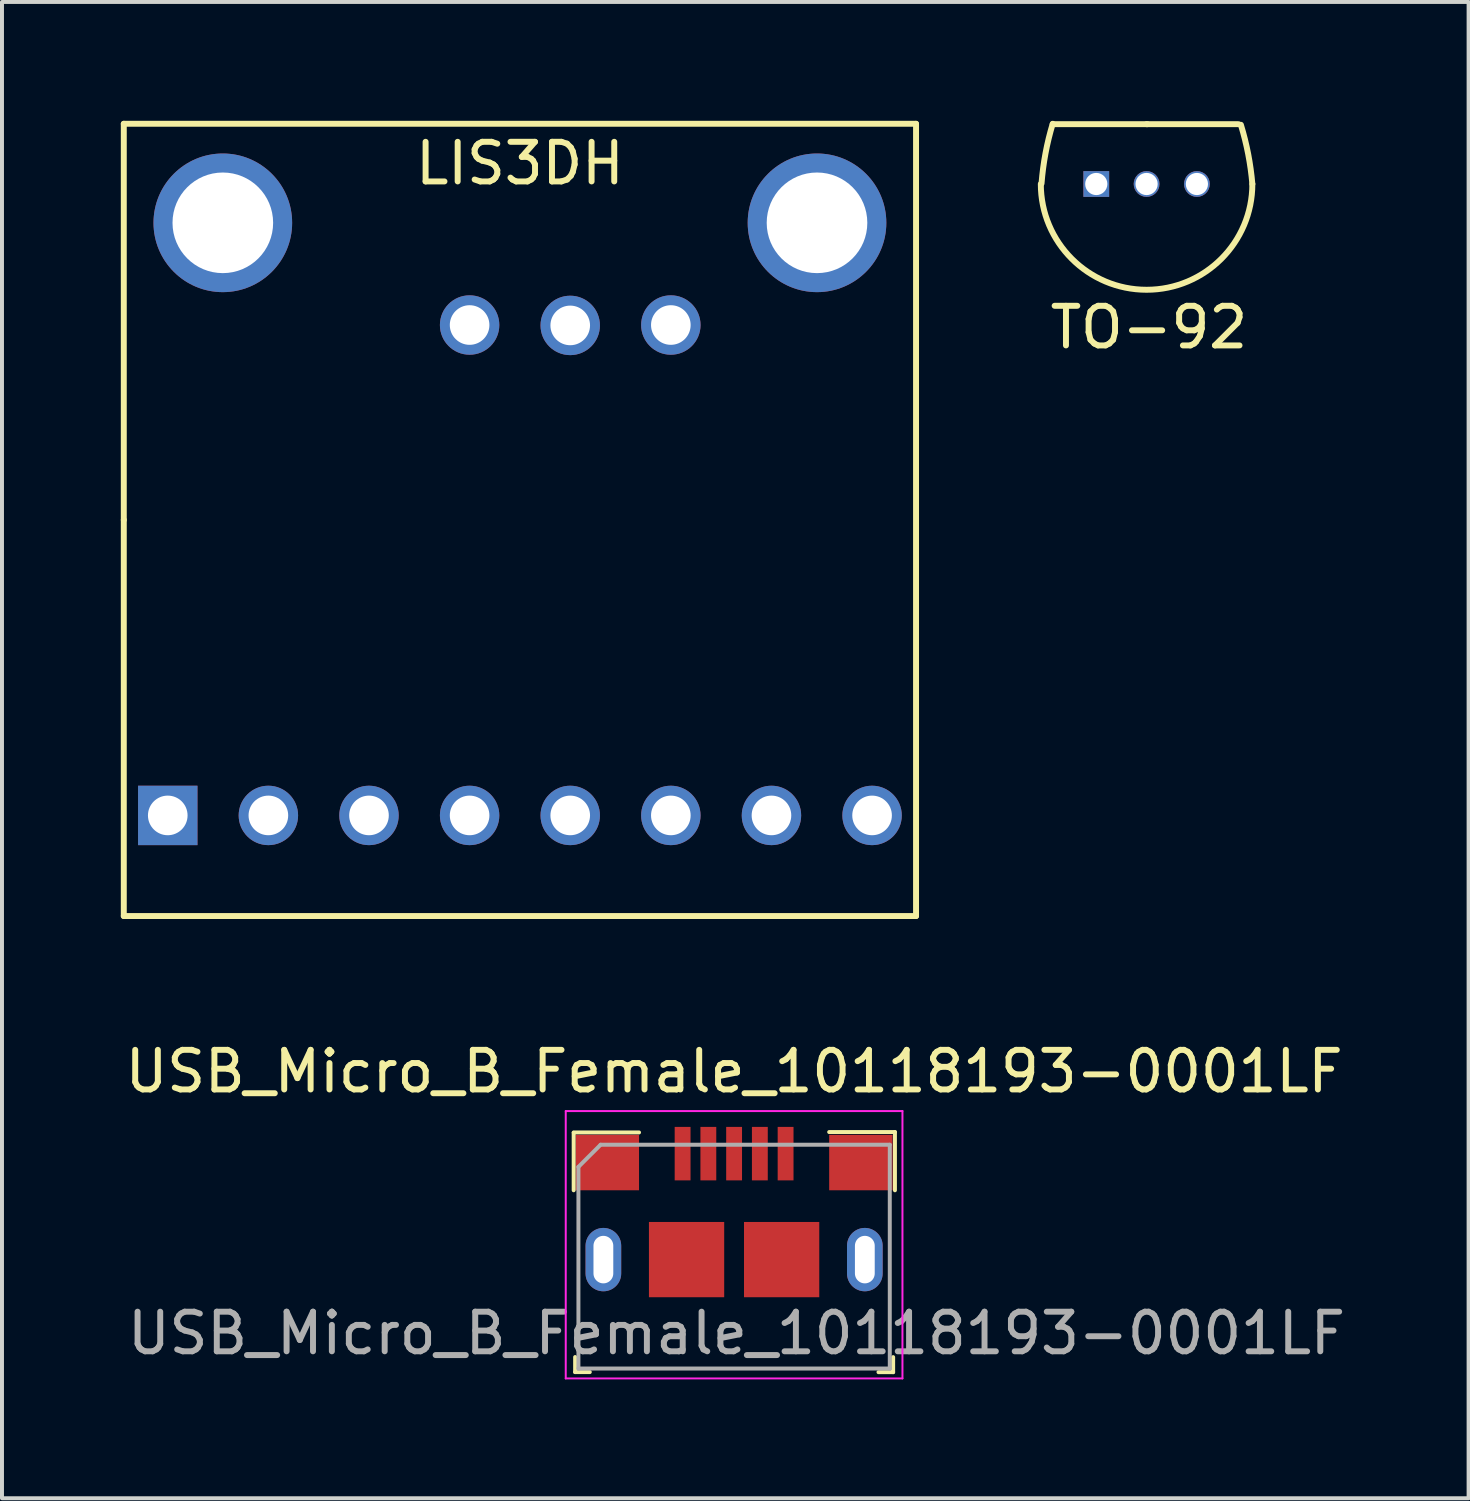
<source format=kicad_pcb>
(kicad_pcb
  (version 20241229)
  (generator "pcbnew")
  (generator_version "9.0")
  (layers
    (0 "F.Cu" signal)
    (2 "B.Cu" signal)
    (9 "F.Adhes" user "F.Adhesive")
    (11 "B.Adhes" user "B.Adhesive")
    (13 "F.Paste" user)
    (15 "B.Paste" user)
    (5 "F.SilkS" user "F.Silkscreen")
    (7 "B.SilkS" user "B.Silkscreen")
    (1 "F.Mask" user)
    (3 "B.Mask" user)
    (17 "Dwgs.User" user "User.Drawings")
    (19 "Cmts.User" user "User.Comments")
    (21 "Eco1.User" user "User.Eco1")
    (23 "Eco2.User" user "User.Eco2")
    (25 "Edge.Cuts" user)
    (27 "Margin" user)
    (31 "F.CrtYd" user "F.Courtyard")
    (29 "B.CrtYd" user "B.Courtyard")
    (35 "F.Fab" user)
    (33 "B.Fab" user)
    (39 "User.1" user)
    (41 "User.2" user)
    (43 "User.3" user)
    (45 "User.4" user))
  (footprint "LIS3DH"
    (layer "F.Cu")
    (at 10.075 10.075)
    (property "Reference" "LIS3DH" (at 0 -9 0) (layer "F.SilkS") (effects (font (size 1 1) (thickness 0.15))))
    (attr through_hole)
    (fp_line (start -10 -10) (end 10 -10) (stroke (width 0.15) (type solid)) (layer "F.SilkS"))
    (fp_line (start -10 0) (end -10 -10) (stroke (width 0.15) (type solid)) (layer "F.SilkS"))
    (fp_line (start -10 10) (end -10 0) (stroke (width 0.15) (type solid)) (layer "F.SilkS"))
    (fp_line (start 10 -10) (end 10 10) (stroke (width 0.15) (type solid)) (layer "F.SilkS"))
    (fp_line (start 10 10) (end -10 10) (stroke (width 0.15) (type solid)) (layer "F.SilkS"))
    (pad "" thru_hole circle (at -7.5 -7.5) (size 3.5 3.5) (drill 2.54) (layers "*.Cu" "*.Mask"))
    (pad "" thru_hole circle (at 7.5 -7.5) (size 3.5 3.5) (drill 2.54) (layers "*.Cu" "*.Mask"))
    (pad "1" thru_hole rect (at -8.89 7.46) (size 1.5 1.5) (drill 1) (layers "*.Cu" "*.Mask"))
    (pad "2" thru_hole circle (at -6.35 7.46) (size 1.5 1.5) (drill 1) (layers "*.Cu" "*.Mask"))
    (pad "3" thru_hole circle (at -3.81 7.46) (size 1.5 1.5) (drill 1) (layers "*.Cu" "*.Mask"))
    (pad "4" thru_hole circle (at -1.27 7.46) (size 1.5 1.5) (drill 1) (layers "*.Cu" "*.Mask"))
    (pad "5" thru_hole circle (at 1.27 7.46) (size 1.5 1.5) (drill 1) (layers "*.Cu" "*.Mask"))
    (pad "6" thru_hole circle (at 3.81 7.46) (size 1.5 1.5) (drill 1) (layers "*.Cu" "*.Mask"))
    (pad "7" thru_hole circle (at 6.35 7.46) (size 1.5 1.5) (drill 1) (layers "*.Cu" "*.Mask"))
    (pad "8" thru_hole circle (at 8.89 7.46) (size 1.5 1.5) (drill 1) (layers "*.Cu" "*.Mask"))
    (pad "9" thru_hole circle (at -1.27 -4.92) (size 1.5 1.5) (drill 1) (layers "*.Cu" "*.Mask"))
    (pad "10" thru_hole circle (at 1.27 -4.91) (size 1.5 1.5) (drill 1) (layers "*.Cu" "*.Mask"))
    (pad "11" thru_hole circle (at 3.81 -4.92) (size 1.5 1.5) (drill 1) (layers "*.Cu" "*.Mask")))
  (footprint "USB_Micro_B_Female_10118193-0001LF"
    (layer "F.Cu")
    (at 15.482 28.748)
    (property "Reference" "USB_Micro_B_Female_10118193-0001LF" (at 0 -4.75 0) (layer "F.SilkS") (effects (font (size 1 1) (thickness 0.15))))
    (attr through_hole)
    (fp_line (start -4.05 -3.21) (end -2.4 -3.21) (stroke (width 0.1) (type solid)) (layer "F.SilkS"))
    (fp_line (start -4.05 -3.2) (end -4.05 -1.75) (stroke (width 0.1) (type solid)) (layer "F.SilkS"))
    (fp_line (start -4.013 2.46) (end -4.013 2.84) (stroke (width 0.1) (type solid)) (layer "F.SilkS"))
    (fp_line (start -4.013 2.84) (end -3.643 2.84) (stroke (width 0.1) (type solid)) (layer "F.SilkS"))
    (fp_line (start 4.015 2.462) (end 4.015 2.842) (stroke (width 0.1) (type solid)) (layer "F.SilkS"))
    (fp_line (start 4.015 2.842) (end 3.645 2.842) (stroke (width 0.1) (type solid)) (layer "F.SilkS"))
    (fp_line (start 4.06 -3.22) (end 2.4 -3.22) (stroke (width 0.1) (type solid)) (layer "F.SilkS"))
    (fp_line (start 4.06 -3.22) (end 4.06 -1.75) (stroke (width 0.1) (type solid)) (layer "F.SilkS"))
    (fp_line (start -4.25 -3.75) (end -4.25 3) (stroke (width 0.05) (type solid)) (layer "F.CrtYd"))
    (fp_line (start -4.25 -3.75) (end 4.25 -3.75) (stroke (width 0.05) (type solid)) (layer "F.CrtYd"))
    (fp_line (start -4.25 3) (end 4.25 3) (stroke (width 0.05) (type solid)) (layer "F.CrtYd"))
    (fp_line (start 4.25 -3.75) (end 4.25 3) (stroke (width 0.05) (type solid)) (layer "F.CrtYd"))
    (fp_line (start -3.93 -2.34) (end -3.37 -2.9) (stroke (width 0.1) (type solid)) (layer "F.Fab"))
    (fp_line (start -3.93 2.75) (end -3.93 -2.34) (stroke (width 0.1) (type solid)) (layer "F.Fab"))
    (fp_line (start -3.93 2.75) (end 3.93 2.75) (stroke (width 0.1) (type solid)) (layer "F.Fab"))
    (fp_line (start 3.93 -2.9) (end -3.37 -2.9) (stroke (width 0.1) (type solid)) (layer "F.Fab"))
    (fp_line (start 3.93 2.75) (end 3.93 -2.9) (stroke (width 0.1) (type solid)) (layer "F.Fab"))
    (fp_text user "${REFERENCE}" (at 0.06 1.86 0) (layer "F.Fab") (effects (font (size 1 1) (thickness 0.15))))
    (pad "1" smd rect (at -1.3 -2.675) (size 0.4 1.35) (layers "F.Cu" "F.Mask" "F.Paste"))
    (pad "2" smd rect (at -0.65 -2.675) (size 0.4 1.35) (layers "F.Cu" "F.Mask" "F.Paste"))
    (pad "3" smd rect (at 0 -2.675) (size 0.4 1.35) (layers "F.Cu" "F.Mask" "F.Paste"))
    (pad "4" smd rect (at 0.65 -2.675) (size 0.4 1.35) (layers "F.Cu" "F.Mask" "F.Paste"))
    (pad "5" smd rect (at 1.3 -2.675) (size 0.4 1.35) (layers "F.Cu" "F.Mask" "F.Paste"))
    (pad "6" thru_hole oval (at -3.3 0) (size 0.9 1.6) (drill oval 0.5 1.2) (layers "*.Cu" "*.Mask"))
    (pad "6" smd rect (at -3.2 -2.45) (size 1.6 1.4) (layers "F.Cu" "F.Mask" "F.Paste"))
    (pad "6" smd rect (at -1.2 0) (size 1.9 1.9) (layers "F.Cu" "F.Mask" "F.Paste"))
    (pad "6" smd rect (at 1.2 0) (size 1.9 1.9) (layers "F.Cu" "F.Mask" "F.Paste"))
    (pad "6" smd rect (at 3.2 -2.45) (size 1.6 1.4) (layers "F.Cu" "F.Mask" "F.Paste"))
    (pad "6" thru_hole oval (at 3.3 0) (size 0.9 1.6) (drill oval 0.5 1.2) (layers "*.Cu" "*.Mask")))
  (footprint "TO-92"
    (layer "F.Cu")
    (at 25.895 1.595)
    (property "Reference" "TO-92" (at 0.06 3.62 0) (layer "F.SilkS") (effects (font (size 1 1) (thickness 0.15))))
    (attr through_hole)
    (fp_line (start 0 -1.51) (end 2.32 -1.51) (stroke (width 0.15) (type solid)) (layer "F.SilkS"))
    (fp_line (start 0.02 -1.51) (end -2.37 -1.51) (stroke (width 0.15) (type solid)) (layer "F.SilkS"))
    (fp_arc (start -2.651881 -0.013216) (mid -2.551767 -0.774245) (end -2.369999 -1.519999) (stroke (width 0.15) (type solid)) (layer "F.SilkS"))
    (fp_arc (start 2.380739 -1.494907) (mid 2.565076 -0.755136) (end 2.669999 0.000001) (stroke (width 0.15) (type solid)) (layer "F.SilkS"))
    (fp_arc (start 2.67 0) (mid 0 2.67) (end -2.67 0) (stroke (width 0.15) (type solid)) (layer "F.SilkS"))
    (pad "1" thru_hole rect (at -1.27 0) (size 0.65 0.65) (drill 0.56) (layers "*.Cu" "*.Mask"))
    (pad "2" thru_hole circle (at 0 0) (size 0.65 0.65) (drill 0.56) (layers "*.Cu" "*.Mask"))
    (pad "3" thru_hole circle (at 1.27 0) (size 0.65 0.65) (drill 0.56) (layers "*.Cu" "*.Mask")))
  (gr_rect
    (start -3 -3)
    (end 34.024 34.773)
    (stroke (width 0.1) (type default))
    (fill no)
    (layer "Edge.Cuts")))
</source>
